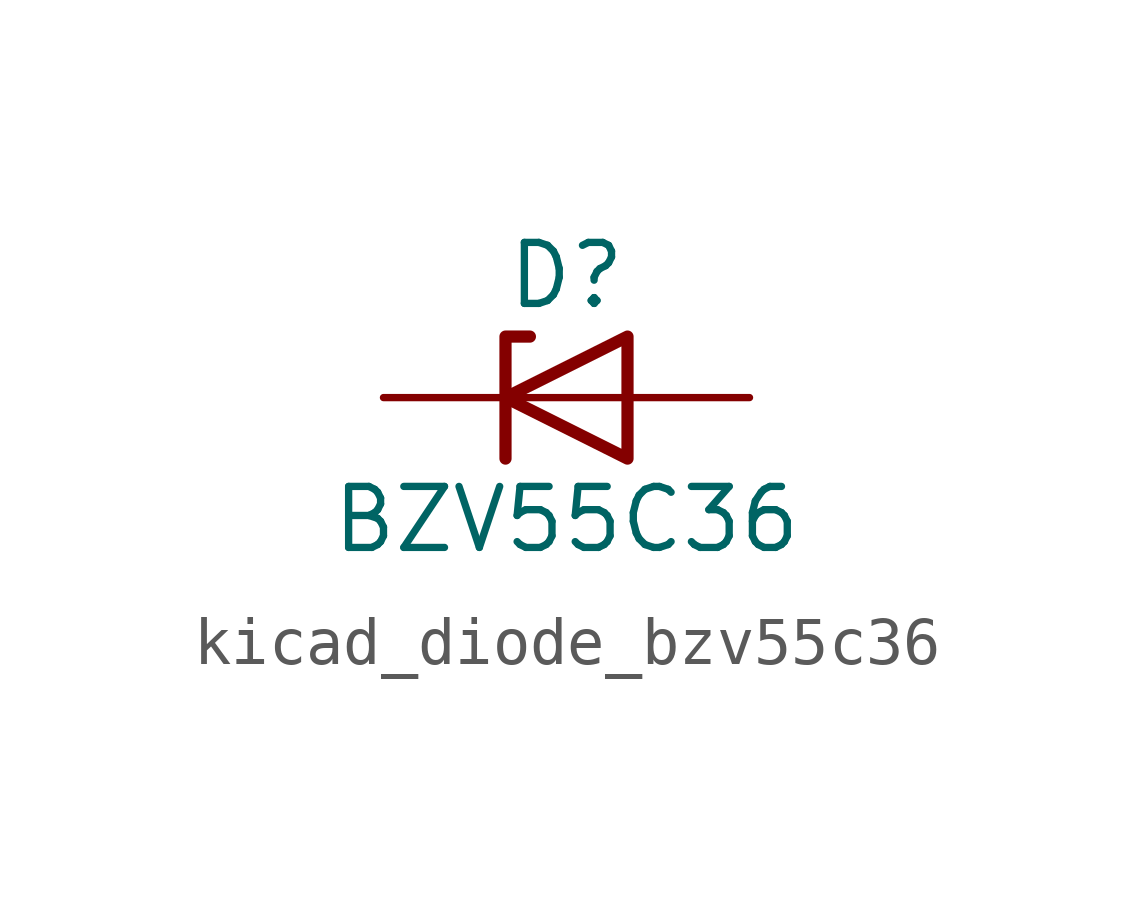
<source format=kicad_sym>
(kicad_symbol_lib
  (version 20220914)
  (generator kicad_symbol_editor)
  (symbol "kicad_diode_bzv55c36"
    (pin_numbers hide)
    (pin_names hide)
    (property "Reference" "D"
      (at 0 2.54 0)
      (effects (font (size 1.27 1.27))))
    (property "Value" "BZV55C36"
      (at 0 -2.54 0)
      (effects (font (size 1.27 1.27))))
    (symbol "kicad_diode_bzv55c36_0_1"
      (polyline (pts (xy 1.27 0) (xy -1.27 0)) (stroke (width 0) (type default)) (fill (type none)))
      (polyline (pts (xy -1.27 -1.27) (xy -1.27 1.27) (xy -0.762 1.27)) (stroke (width 0.254) (type default)) (fill (type none)))
      (polyline (pts (xy 1.27 -1.27) (xy 1.27 1.27) (xy -1.27 0) (xy 1.27 -1.27)) (stroke (width 0.254) (type default)) (fill (type none))))
    (symbol "kicad_diode_bzv55c36_1_1"
      (pin passive line (at -3.81 0 0) (length 2.54) (name "K" (effects (font (size 1.27 1.27)))) (number "1" (effects (font (size 1.27 1.27)))))
      (pin passive line (at 3.81 0 180) (length 2.54) (name "A" (effects (font (size 1.27 1.27)))) (number "2" (effects (font (size 1.27 1.27))))))))
</source>
